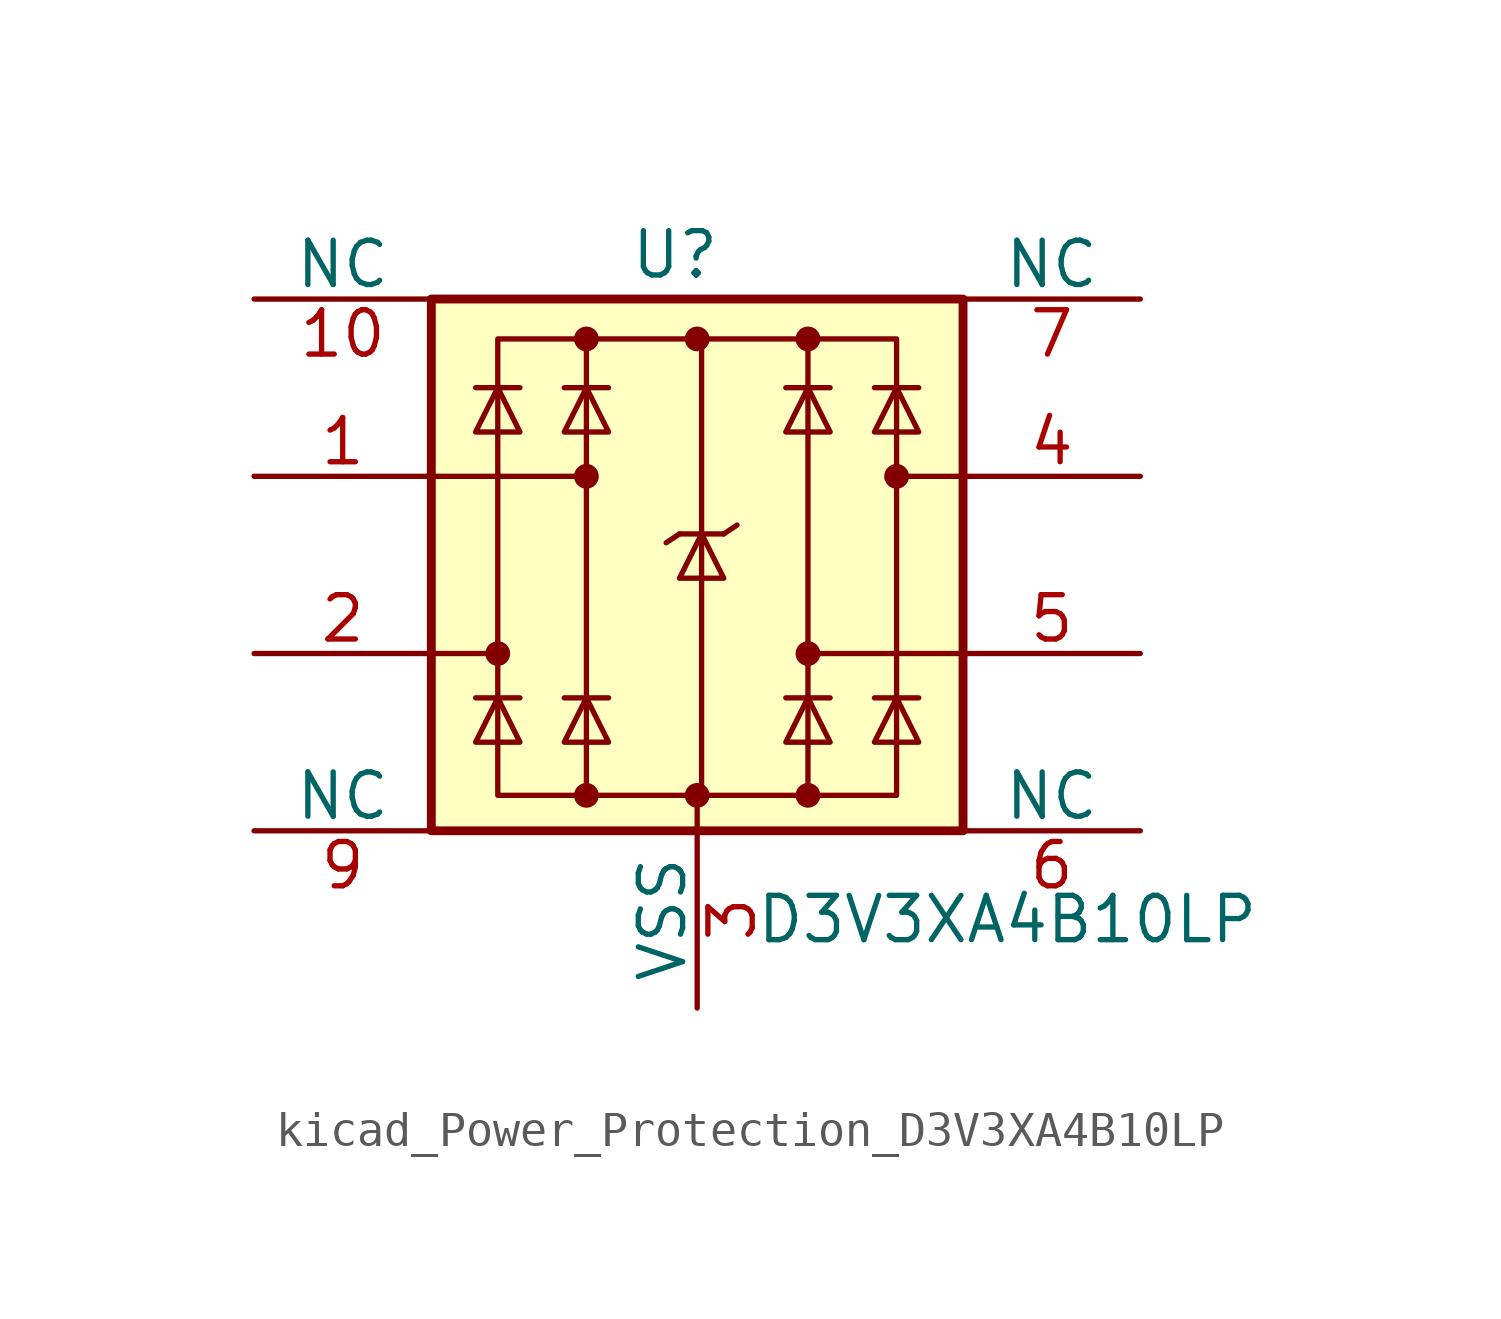
<source format=kicad_sym>
(kicad_symbol_lib
  (version 20220914)
  (generator kicad_symbol_editor)
  (symbol "kicad_Power_Protection_D3V3XA4B10LP"
    (pin_names
      (offset 0))
    (property "Reference" "U"
      (at -0.635 8.89 0)
      (effects (font (size 1.27 1.27))))
    (property "Value" "D3V3XA4B10LP"
      (at 8.89 -10.16 0)
      (effects (font (size 1.27 1.27))))
    (symbol "kicad_Power_Protection_D3V3XA4B10LP_0_0"
      (rectangle (start -5.715 6.477) (end 5.715 -6.604) (stroke (width 0) (type default)) (fill (type none)))
      (polyline (pts (xy -3.175 -6.604) (xy -3.175 6.477)) (stroke (width 0) (type default)) (fill (type none)))
      (polyline (pts (xy 0.127 6.477) (xy 0.127 -6.604)) (stroke (width 0) (type default)) (fill (type none)))
      (polyline (pts (xy 3.175 6.477) (xy 3.175 -6.604)) (stroke (width 0) (type default)) (fill (type none))))
    (symbol "kicad_Power_Protection_D3V3XA4B10LP_0_1"
      (rectangle (start -7.62 7.62) (end 7.62 -7.62) (stroke (width 0.254) (type default)) (fill (type background)))
      (circle (center -5.715 -2.54) (radius 0.279) (stroke (width 0) (type default)) (fill (type outline)))
      (circle (center -3.175 -6.604) (radius 0.279) (stroke (width 0) (type default)) (fill (type outline)))
      (circle (center -3.175 2.54) (radius 0.279) (stroke (width 0) (type default)) (fill (type outline)))
      (circle (center -3.175 6.477) (radius 0.279) (stroke (width 0) (type default)) (fill (type outline)))
      (circle (center 0 -6.604) (radius 0.279) (stroke (width 0) (type default)) (fill (type outline)))
      (polyline (pts (xy -7.747 2.54) (xy -3.175 2.54)) (stroke (width 0) (type default)) (fill (type none)))
      (polyline (pts (xy -7.62 -2.54) (xy -5.715 -2.54)) (stroke (width 0) (type default)) (fill (type none)))
      (polyline (pts (xy -5.08 -3.81) (xy -6.35 -3.81)) (stroke (width 0) (type default)) (fill (type none)))
      (polyline (pts (xy -5.08 5.08) (xy -6.35 5.08)) (stroke (width 0) (type default)) (fill (type none)))
      (polyline (pts (xy -2.54 -3.81) (xy -3.81 -3.81)) (stroke (width 0) (type default)) (fill (type none)))
      (polyline (pts (xy -2.54 5.08) (xy -3.81 5.08)) (stroke (width 0) (type default)) (fill (type none)))
      (polyline (pts (xy -0.508 0.889) (xy -0.889 0.635)) (stroke (width 0) (type default)) (fill (type none)))
      (polyline (pts (xy 0 -6.604) (xy 0 -7.62)) (stroke (width 0) (type default)) (fill (type none)))
      (polyline (pts (xy 0.762 0.889) (xy -0.508 0.889)) (stroke (width 0) (type default)) (fill (type none)))
      (polyline (pts (xy 0.762 0.889) (xy 1.143 1.143)) (stroke (width 0) (type default)) (fill (type none)))
      (polyline (pts (xy 3.81 -3.81) (xy 2.54 -3.81)) (stroke (width 0) (type default)) (fill (type none)))
      (polyline (pts (xy 3.81 5.08) (xy 2.54 5.08)) (stroke (width 0) (type default)) (fill (type none)))
      (polyline (pts (xy 6.35 -3.81) (xy 5.08 -3.81)) (stroke (width 0) (type default)) (fill (type none)))
      (polyline (pts (xy 6.35 5.08) (xy 5.08 5.08)) (stroke (width 0) (type default)) (fill (type none)))
      (polyline (pts (xy 7.62 -2.54) (xy 3.175 -2.54)) (stroke (width 0) (type default)) (fill (type none)))
      (polyline (pts (xy 7.62 2.54) (xy 5.715 2.54)) (stroke (width 0) (type default)) (fill (type none)))
      (polyline (pts (xy -5.08 -5.08) (xy -6.35 -5.08) (xy -5.715 -3.81) (xy -5.08 -5.08)) (stroke (width 0) (type default)) (fill (type none)))
      (polyline (pts (xy -5.08 3.81) (xy -6.35 3.81) (xy -5.715 5.08) (xy -5.08 3.81)) (stroke (width 0) (type default)) (fill (type none)))
      (polyline (pts (xy -2.54 -5.08) (xy -3.81 -5.08) (xy -3.175 -3.81) (xy -2.54 -5.08)) (stroke (width 0) (type default)) (fill (type none)))
      (polyline (pts (xy -2.54 3.81) (xy -3.81 3.81) (xy -3.175 5.08) (xy -2.54 3.81)) (stroke (width 0) (type default)) (fill (type none)))
      (polyline (pts (xy 0.762 -0.381) (xy -0.508 -0.381) (xy 0.127 0.889) (xy 0.762 -0.381)) (stroke (width 0) (type default)) (fill (type none)))
      (polyline (pts (xy 3.81 -5.08) (xy 2.54 -5.08) (xy 3.175 -3.81) (xy 3.81 -5.08)) (stroke (width 0) (type default)) (fill (type none)))
      (polyline (pts (xy 3.81 3.81) (xy 2.54 3.81) (xy 3.175 5.08) (xy 3.81 3.81)) (stroke (width 0) (type default)) (fill (type none)))
      (polyline (pts (xy 6.35 -5.08) (xy 5.08 -5.08) (xy 5.715 -3.81) (xy 6.35 -5.08)) (stroke (width 0) (type default)) (fill (type none)))
      (polyline (pts (xy 6.35 3.81) (xy 5.08 3.81) (xy 5.715 5.08) (xy 6.35 3.81)) (stroke (width 0) (type default)) (fill (type none)))
      (circle (center 0 6.477) (radius 0.279) (stroke (width 0) (type default)) (fill (type outline)))
      (circle (center 3.175 -6.604) (radius 0.279) (stroke (width 0) (type default)) (fill (type outline)))
      (circle (center 3.175 -2.54) (radius 0.279) (stroke (width 0) (type default)) (fill (type outline)))
      (circle (center 3.175 6.477) (radius 0.279) (stroke (width 0) (type default)) (fill (type outline)))
      (circle (center 5.715 2.54) (radius 0.279) (stroke (width 0) (type default)) (fill (type outline))))
    (symbol "kicad_Power_Protection_D3V3XA4B10LP_1_1"
      (pin passive line (at -12.7 2.54 0) (length 5.08) (name "~" (effects (font (size 1.27 1.27)))) (number "1" (effects (font (size 1.27 1.27)))))
      (pin free line (at -12.7 7.62 0) (length 5.08) (name "NC" (effects (font (size 1.27 1.27)))) (number "10" (effects (font (size 1.27 1.27)))))
      (pin passive line (at -12.7 -2.54 0) (length 5.08) (name "~" (effects (font (size 1.27 1.27)))) (number "2" (effects (font (size 1.27 1.27)))))
      (pin power_in line (at 0 -12.7 90) (length 5.08) (name "VSS" (effects (font (size 1.27 1.27)))) (number "3" (effects (font (size 1.27 1.27)))))
      (pin passive line (at 12.7 2.54 180) (length 5.08) (name "~" (effects (font (size 1.27 1.27)))) (number "4" (effects (font (size 1.27 1.27)))))
      (pin passive line (at 12.7 -2.54 180) (length 5.08) (name "~" (effects (font (size 1.27 1.27)))) (number "5" (effects (font (size 1.27 1.27)))))
      (pin free line (at 12.7 -7.62 180) (length 5.08) (name "NC" (effects (font (size 1.27 1.27)))) (number "6" (effects (font (size 1.27 1.27)))))
      (pin free line (at 12.7 7.62 180) (length 5.08) (name "NC" (effects (font (size 1.27 1.27)))) (number "7" (effects (font (size 1.27 1.27)))))
      (pin passive line (at 0 -12.7 90) (length 5.08) hide (name "VSS" (effects (font (size 1.27 1.27)))) (number "8" (effects (font (size 1.27 1.27)))))
      (pin free line (at -12.7 -7.62 0) (length 5.08) (name "NC" (effects (font (size 1.27 1.27)))) (number "9" (effects (font (size 1.27 1.27))))))))
</source>
